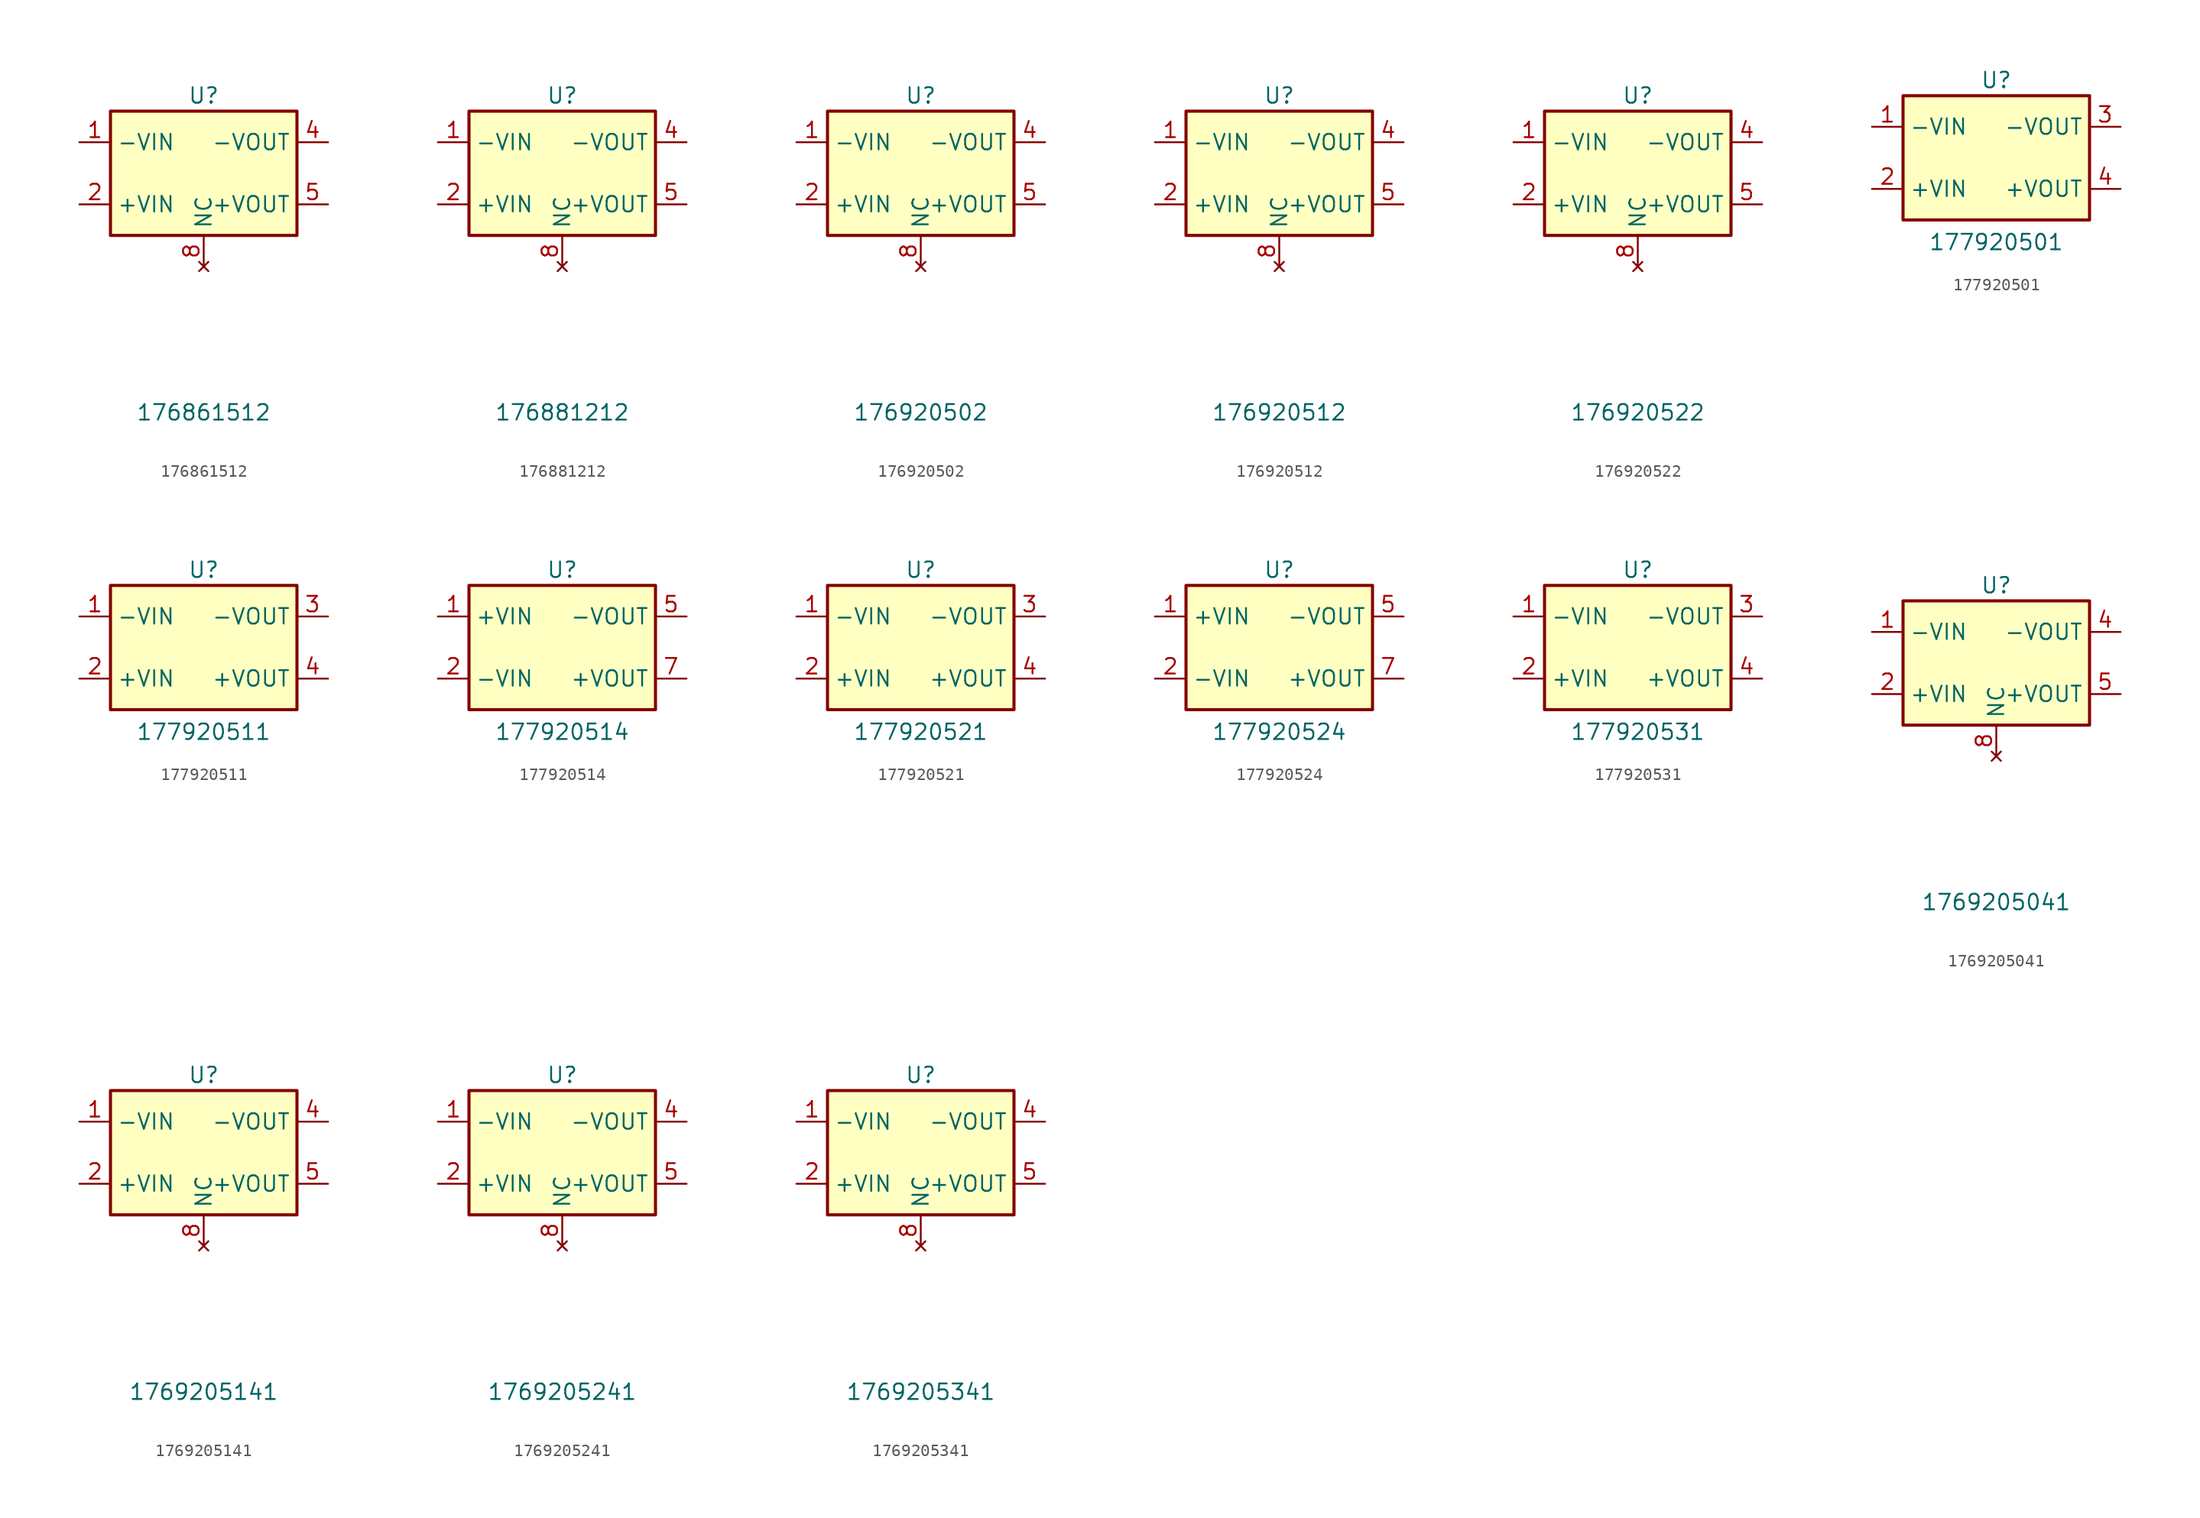
<source format=kicad_sym>
(kicad_symbol_lib
  (version 20220914)
  (generator kicad_symbol_editor)
  (symbol "176861512"
    (property "Reference" "U"
      (at 0 6.35 0)
      (effects (font (size 1.27 1.27))))
    (property "Value" "176861512"
      (at 0 -19.558 0)
      (effects (font (size 1.27 1.27))))
    (symbol "176861512_1_0"
      (rectangle (start -7.62 5.08) (end 7.62 -5.08) (stroke (width 0.254) (type solid)) (fill (type background))))
    (symbol "176861512_1_1"
      (pin power_in line (at -10.16 2.54 0) (length 2.54) (name "-VIN" (effects (font (size 1.27 1.27)))) (number "1" (effects (font (size 1.27 1.27)))))
      (pin power_in line (at -10.16 -2.54 0) (length 2.54) (name "+VIN" (effects (font (size 1.27 1.27)))) (number "2" (effects (font (size 1.27 1.27)))))
      (pin power_out line (at 10.16 2.54 180) (length 2.54) (name "-VOUT" (effects (font (size 1.27 1.27)))) (number "4" (effects (font (size 1.27 1.27)))))
      (pin power_out line (at 10.16 -2.54 180) (length 2.54) (name "+VOUT" (effects (font (size 1.27 1.27)))) (number "5" (effects (font (size 1.27 1.27)))))
      (pin no_connect line (at 0 -7.62 90) (length 2.54) (name "NC" (effects (font (size 1.27 1.27)))) (number "8" (effects (font (size 1.27 1.27)))))))
  (symbol "176881212"
    (property "Reference" "U"
      (at 0 6.35 0)
      (effects (font (size 1.27 1.27))))
    (property "Value" "176881212"
      (at 0 -19.558 0)
      (effects (font (size 1.27 1.27))))
    (symbol "176881212_1_0"
      (rectangle (start -7.62 5.08) (end 7.62 -5.08) (stroke (width 0.254) (type solid)) (fill (type background))))
    (symbol "176881212_1_1"
      (pin power_in line (at -10.16 2.54 0) (length 2.54) (name "-VIN" (effects (font (size 1.27 1.27)))) (number "1" (effects (font (size 1.27 1.27)))))
      (pin power_in line (at -10.16 -2.54 0) (length 2.54) (name "+VIN" (effects (font (size 1.27 1.27)))) (number "2" (effects (font (size 1.27 1.27)))))
      (pin power_out line (at 10.16 2.54 180) (length 2.54) (name "-VOUT" (effects (font (size 1.27 1.27)))) (number "4" (effects (font (size 1.27 1.27)))))
      (pin power_out line (at 10.16 -2.54 180) (length 2.54) (name "+VOUT" (effects (font (size 1.27 1.27)))) (number "5" (effects (font (size 1.27 1.27)))))
      (pin no_connect line (at 0 -7.62 90) (length 2.54) (name "NC" (effects (font (size 1.27 1.27)))) (number "8" (effects (font (size 1.27 1.27)))))))
  (symbol "176920502"
    (property "Reference" "U"
      (at 0 6.35 0)
      (effects (font (size 1.27 1.27))))
    (property "Value" "176920502"
      (at 0 -19.558 0)
      (effects (font (size 1.27 1.27))))
    (symbol "176920502_1_0"
      (rectangle (start -7.62 5.08) (end 7.62 -5.08) (stroke (width 0.254) (type solid)) (fill (type background))))
    (symbol "176920502_1_1"
      (pin power_in line (at -10.16 2.54 0) (length 2.54) (name "-VIN" (effects (font (size 1.27 1.27)))) (number "1" (effects (font (size 1.27 1.27)))))
      (pin power_in line (at -10.16 -2.54 0) (length 2.54) (name "+VIN" (effects (font (size 1.27 1.27)))) (number "2" (effects (font (size 1.27 1.27)))))
      (pin power_out line (at 10.16 2.54 180) (length 2.54) (name "-VOUT" (effects (font (size 1.27 1.27)))) (number "4" (effects (font (size 1.27 1.27)))))
      (pin power_out line (at 10.16 -2.54 180) (length 2.54) (name "+VOUT" (effects (font (size 1.27 1.27)))) (number "5" (effects (font (size 1.27 1.27)))))
      (pin no_connect line (at 0 -7.62 90) (length 2.54) (name "NC" (effects (font (size 1.27 1.27)))) (number "8" (effects (font (size 1.27 1.27)))))))
  (symbol "176920512"
    (property "Reference" "U"
      (at 0 6.35 0)
      (effects (font (size 1.27 1.27))))
    (property "Value" "176920512"
      (at 0 -19.558 0)
      (effects (font (size 1.27 1.27))))
    (symbol "176920512_1_0"
      (rectangle (start -7.62 5.08) (end 7.62 -5.08) (stroke (width 0.254) (type solid)) (fill (type background))))
    (symbol "176920512_1_1"
      (pin power_in line (at -10.16 2.54 0) (length 2.54) (name "-VIN" (effects (font (size 1.27 1.27)))) (number "1" (effects (font (size 1.27 1.27)))))
      (pin power_in line (at -10.16 -2.54 0) (length 2.54) (name "+VIN" (effects (font (size 1.27 1.27)))) (number "2" (effects (font (size 1.27 1.27)))))
      (pin power_out line (at 10.16 2.54 180) (length 2.54) (name "-VOUT" (effects (font (size 1.27 1.27)))) (number "4" (effects (font (size 1.27 1.27)))))
      (pin power_out line (at 10.16 -2.54 180) (length 2.54) (name "+VOUT" (effects (font (size 1.27 1.27)))) (number "5" (effects (font (size 1.27 1.27)))))
      (pin no_connect line (at 0 -7.62 90) (length 2.54) (name "NC" (effects (font (size 1.27 1.27)))) (number "8" (effects (font (size 1.27 1.27)))))))
  (symbol "176920522"
    (property "Reference" "U"
      (at 0 6.35 0)
      (effects (font (size 1.27 1.27))))
    (property "Value" "176920522"
      (at 0 -19.558 0)
      (effects (font (size 1.27 1.27))))
    (symbol "176920522_1_0"
      (rectangle (start -7.62 5.08) (end 7.62 -5.08) (stroke (width 0.254) (type solid)) (fill (type background))))
    (symbol "176920522_1_1"
      (pin power_in line (at -10.16 2.54 0) (length 2.54) (name "-VIN" (effects (font (size 1.27 1.27)))) (number "1" (effects (font (size 1.27 1.27)))))
      (pin power_in line (at -10.16 -2.54 0) (length 2.54) (name "+VIN" (effects (font (size 1.27 1.27)))) (number "2" (effects (font (size 1.27 1.27)))))
      (pin power_out line (at 10.16 2.54 180) (length 2.54) (name "-VOUT" (effects (font (size 1.27 1.27)))) (number "4" (effects (font (size 1.27 1.27)))))
      (pin power_out line (at 10.16 -2.54 180) (length 2.54) (name "+VOUT" (effects (font (size 1.27 1.27)))) (number "5" (effects (font (size 1.27 1.27)))))
      (pin no_connect line (at 0 -7.62 90) (length 2.54) (name "NC" (effects (font (size 1.27 1.27)))) (number "8" (effects (font (size 1.27 1.27)))))))
  (symbol "177920501"
    (property "Reference" "U"
      (at 0 6.35 0)
      (effects (font (size 1.27 1.27))))
    (property "Value" "177920501"
      (at 0 -6.9 0)
      (effects (font (size 1.27 1.27))))
    (symbol "177920501_1_0"
      (rectangle (start -7.62 5.08) (end 7.62 -5.08) (stroke (width 0.254) (type solid)) (fill (type background))))
    (symbol "177920501_1_1"
      (pin power_in line (at -10.16 2.54 0) (length 2.54) (name "-VIN" (effects (font (size 1.27 1.27)))) (number "1" (effects (font (size 1.27 1.27)))))
      (pin power_in line (at -10.16 -2.54 0) (length 2.54) (name "+VIN" (effects (font (size 1.27 1.27)))) (number "2" (effects (font (size 1.27 1.27)))))
      (pin power_out line (at 10.16 2.54 180) (length 2.54) (name "-VOUT" (effects (font (size 1.27 1.27)))) (number "3" (effects (font (size 1.27 1.27)))))
      (pin power_out line (at 10.16 -2.54 180) (length 2.54) (name "+VOUT" (effects (font (size 1.27 1.27)))) (number "4" (effects (font (size 1.27 1.27)))))))
  (symbol "177920511"
    (property "Reference" "U"
      (at 0 6.35 0)
      (effects (font (size 1.27 1.27))))
    (property "Value" "177920511"
      (at 0 -6.9 0)
      (effects (font (size 1.27 1.27))))
    (symbol "177920511_1_0"
      (rectangle (start -7.62 5.08) (end 7.62 -5.08) (stroke (width 0.254) (type solid)) (fill (type background))))
    (symbol "177920511_1_1"
      (pin power_in line (at -10.16 2.54 0) (length 2.54) (name "-VIN" (effects (font (size 1.27 1.27)))) (number "1" (effects (font (size 1.27 1.27)))))
      (pin power_in line (at -10.16 -2.54 0) (length 2.54) (name "+VIN" (effects (font (size 1.27 1.27)))) (number "2" (effects (font (size 1.27 1.27)))))
      (pin power_out line (at 10.16 2.54 180) (length 2.54) (name "-VOUT" (effects (font (size 1.27 1.27)))) (number "3" (effects (font (size 1.27 1.27)))))
      (pin power_out line (at 10.16 -2.54 180) (length 2.54) (name "+VOUT" (effects (font (size 1.27 1.27)))) (number "4" (effects (font (size 1.27 1.27)))))))
  (symbol "177920514"
    (property "Reference" "U"
      (at 0 6.35 0)
      (effects (font (size 1.27 1.27))))
    (property "Value" "177920514"
      (at 0 -6.9 0)
      (effects (font (size 1.27 1.27))))
    (symbol "177920514_1_0"
      (rectangle (start -7.62 5.08) (end 7.62 -5.08) (stroke (width 0.254) (type solid)) (fill (type background))))
    (symbol "177920514_1_1"
      (pin power_in line (at -10.16 2.54 0) (length 2.54) (name "+VIN" (effects (font (size 1.27 1.27)))) (number "1" (effects (font (size 1.27 1.27)))))
      (pin power_in line (at -10.16 -2.54 0) (length 2.54) (name "-VIN" (effects (font (size 1.27 1.27)))) (number "2" (effects (font (size 1.27 1.27)))))
      (pin power_out line (at 10.16 2.54 180) (length 2.54) (name "-VOUT" (effects (font (size 1.27 1.27)))) (number "5" (effects (font (size 1.27 1.27)))))
      (pin power_out line (at 10.16 -2.54 180) (length 2.54) (name "+VOUT" (effects (font (size 1.27 1.27)))) (number "7" (effects (font (size 1.27 1.27)))))))
  (symbol "177920521"
    (property "Reference" "U"
      (at 0 6.35 0)
      (effects (font (size 1.27 1.27))))
    (property "Value" "177920521"
      (at 0 -6.9 0)
      (effects (font (size 1.27 1.27))))
    (symbol "177920521_1_0"
      (rectangle (start -7.62 5.08) (end 7.62 -5.08) (stroke (width 0.254) (type solid)) (fill (type background))))
    (symbol "177920521_1_1"
      (pin power_in line (at -10.16 2.54 0) (length 2.54) (name "-VIN" (effects (font (size 1.27 1.27)))) (number "1" (effects (font (size 1.27 1.27)))))
      (pin power_in line (at -10.16 -2.54 0) (length 2.54) (name "+VIN" (effects (font (size 1.27 1.27)))) (number "2" (effects (font (size 1.27 1.27)))))
      (pin power_out line (at 10.16 2.54 180) (length 2.54) (name "-VOUT" (effects (font (size 1.27 1.27)))) (number "3" (effects (font (size 1.27 1.27)))))
      (pin power_out line (at 10.16 -2.54 180) (length 2.54) (name "+VOUT" (effects (font (size 1.27 1.27)))) (number "4" (effects (font (size 1.27 1.27)))))))
  (symbol "177920524"
    (property "Reference" "U"
      (at 0 6.35 0)
      (effects (font (size 1.27 1.27))))
    (property "Value" "177920524"
      (at 0 -6.9 0)
      (effects (font (size 1.27 1.27))))
    (symbol "177920524_1_0"
      (rectangle (start -7.62 5.08) (end 7.62 -5.08) (stroke (width 0.254) (type solid)) (fill (type background))))
    (symbol "177920524_1_1"
      (pin power_in line (at -10.16 2.54 0) (length 2.54) (name "+VIN" (effects (font (size 1.27 1.27)))) (number "1" (effects (font (size 1.27 1.27)))))
      (pin power_in line (at -10.16 -2.54 0) (length 2.54) (name "-VIN" (effects (font (size 1.27 1.27)))) (number "2" (effects (font (size 1.27 1.27)))))
      (pin power_out line (at 10.16 2.54 180) (length 2.54) (name "-VOUT" (effects (font (size 1.27 1.27)))) (number "5" (effects (font (size 1.27 1.27)))))
      (pin power_out line (at 10.16 -2.54 180) (length 2.54) (name "+VOUT" (effects (font (size 1.27 1.27)))) (number "7" (effects (font (size 1.27 1.27)))))))
  (symbol "177920531"
    (property "Reference" "U"
      (at 0 6.35 0)
      (effects (font (size 1.27 1.27))))
    (property "Value" "177920531"
      (at 0 -6.9 0)
      (effects (font (size 1.27 1.27))))
    (symbol "177920531_1_0"
      (rectangle (start -7.62 5.08) (end 7.62 -5.08) (stroke (width 0.254) (type solid)) (fill (type background))))
    (symbol "177920531_1_1"
      (pin power_in line (at -10.16 2.54 0) (length 2.54) (name "-VIN" (effects (font (size 1.27 1.27)))) (number "1" (effects (font (size 1.27 1.27)))))
      (pin power_in line (at -10.16 -2.54 0) (length 2.54) (name "+VIN" (effects (font (size 1.27 1.27)))) (number "2" (effects (font (size 1.27 1.27)))))
      (pin power_out line (at 10.16 2.54 180) (length 2.54) (name "-VOUT" (effects (font (size 1.27 1.27)))) (number "3" (effects (font (size 1.27 1.27)))))
      (pin power_out line (at 10.16 -2.54 180) (length 2.54) (name "+VOUT" (effects (font (size 1.27 1.27)))) (number "4" (effects (font (size 1.27 1.27)))))))
  (symbol "1769205041"
    (property "Reference" "U"
      (at 0 6.35 0)
      (effects (font (size 1.27 1.27))))
    (property "Value" "1769205041"
      (at 0 -19.558 0)
      (effects (font (size 1.27 1.27))))
    (symbol "1769205041_1_0"
      (rectangle (start -7.62 5.08) (end 7.62 -5.08) (stroke (width 0.254) (type solid)) (fill (type background))))
    (symbol "1769205041_1_1"
      (pin power_in line (at -10.16 2.54 0) (length 2.54) (name "-VIN" (effects (font (size 1.27 1.27)))) (number "1" (effects (font (size 1.27 1.27)))))
      (pin power_in line (at -10.16 -2.54 0) (length 2.54) (name "+VIN" (effects (font (size 1.27 1.27)))) (number "2" (effects (font (size 1.27 1.27)))))
      (pin power_out line (at 10.16 2.54 180) (length 2.54) (name "-VOUT" (effects (font (size 1.27 1.27)))) (number "4" (effects (font (size 1.27 1.27)))))
      (pin power_out line (at 10.16 -2.54 180) (length 2.54) (name "+VOUT" (effects (font (size 1.27 1.27)))) (number "5" (effects (font (size 1.27 1.27)))))
      (pin no_connect line (at 0 -7.62 90) (length 2.54) (name "NC" (effects (font (size 1.27 1.27)))) (number "8" (effects (font (size 1.27 1.27)))))))
  (symbol "1769205141"
    (property "Reference" "U"
      (at 0 6.35 0)
      (effects (font (size 1.27 1.27))))
    (property "Value" "1769205141"
      (at 0 -19.558 0)
      (effects (font (size 1.27 1.27))))
    (symbol "1769205141_1_0"
      (rectangle (start -7.62 5.08) (end 7.62 -5.08) (stroke (width 0.254) (type solid)) (fill (type background))))
    (symbol "1769205141_1_1"
      (pin power_in line (at -10.16 2.54 0) (length 2.54) (name "-VIN" (effects (font (size 1.27 1.27)))) (number "1" (effects (font (size 1.27 1.27)))))
      (pin power_in line (at -10.16 -2.54 0) (length 2.54) (name "+VIN" (effects (font (size 1.27 1.27)))) (number "2" (effects (font (size 1.27 1.27)))))
      (pin power_out line (at 10.16 2.54 180) (length 2.54) (name "-VOUT" (effects (font (size 1.27 1.27)))) (number "4" (effects (font (size 1.27 1.27)))))
      (pin power_out line (at 10.16 -2.54 180) (length 2.54) (name "+VOUT" (effects (font (size 1.27 1.27)))) (number "5" (effects (font (size 1.27 1.27)))))
      (pin no_connect line (at 0 -7.62 90) (length 2.54) (name "NC" (effects (font (size 1.27 1.27)))) (number "8" (effects (font (size 1.27 1.27)))))))
  (symbol "1769205241"
    (property "Reference" "U"
      (at 0 6.35 0)
      (effects (font (size 1.27 1.27))))
    (property "Value" "1769205241"
      (at 0 -19.558 0)
      (effects (font (size 1.27 1.27))))
    (symbol "1769205241_1_0"
      (rectangle (start -7.62 5.08) (end 7.62 -5.08) (stroke (width 0.254) (type solid)) (fill (type background))))
    (symbol "1769205241_1_1"
      (pin power_in line (at -10.16 2.54 0) (length 2.54) (name "-VIN" (effects (font (size 1.27 1.27)))) (number "1" (effects (font (size 1.27 1.27)))))
      (pin power_in line (at -10.16 -2.54 0) (length 2.54) (name "+VIN" (effects (font (size 1.27 1.27)))) (number "2" (effects (font (size 1.27 1.27)))))
      (pin power_out line (at 10.16 2.54 180) (length 2.54) (name "-VOUT" (effects (font (size 1.27 1.27)))) (number "4" (effects (font (size 1.27 1.27)))))
      (pin power_out line (at 10.16 -2.54 180) (length 2.54) (name "+VOUT" (effects (font (size 1.27 1.27)))) (number "5" (effects (font (size 1.27 1.27)))))
      (pin no_connect line (at 0 -7.62 90) (length 2.54) (name "NC" (effects (font (size 1.27 1.27)))) (number "8" (effects (font (size 1.27 1.27)))))))
  (symbol "1769205341"
    (property "Reference" "U"
      (at 0 6.35 0)
      (effects (font (size 1.27 1.27))))
    (property "Value" "1769205341"
      (at 0 -19.558 0)
      (effects (font (size 1.27 1.27))))
    (symbol "1769205341_1_0"
      (rectangle (start -7.62 5.08) (end 7.62 -5.08) (stroke (width 0.254) (type solid)) (fill (type background))))
    (symbol "1769205341_1_1"
      (pin power_in line (at -10.16 2.54 0) (length 2.54) (name "-VIN" (effects (font (size 1.27 1.27)))) (number "1" (effects (font (size 1.27 1.27)))))
      (pin power_in line (at -10.16 -2.54 0) (length 2.54) (name "+VIN" (effects (font (size 1.27 1.27)))) (number "2" (effects (font (size 1.27 1.27)))))
      (pin power_out line (at 10.16 2.54 180) (length 2.54) (name "-VOUT" (effects (font (size 1.27 1.27)))) (number "4" (effects (font (size 1.27 1.27)))))
      (pin power_out line (at 10.16 -2.54 180) (length 2.54) (name "+VOUT" (effects (font (size 1.27 1.27)))) (number "5" (effects (font (size 1.27 1.27)))))
      (pin no_connect line (at 0 -7.62 90) (length 2.54) (name "NC" (effects (font (size 1.27 1.27)))) (number "8" (effects (font (size 1.27 1.27))))))))
</source>
